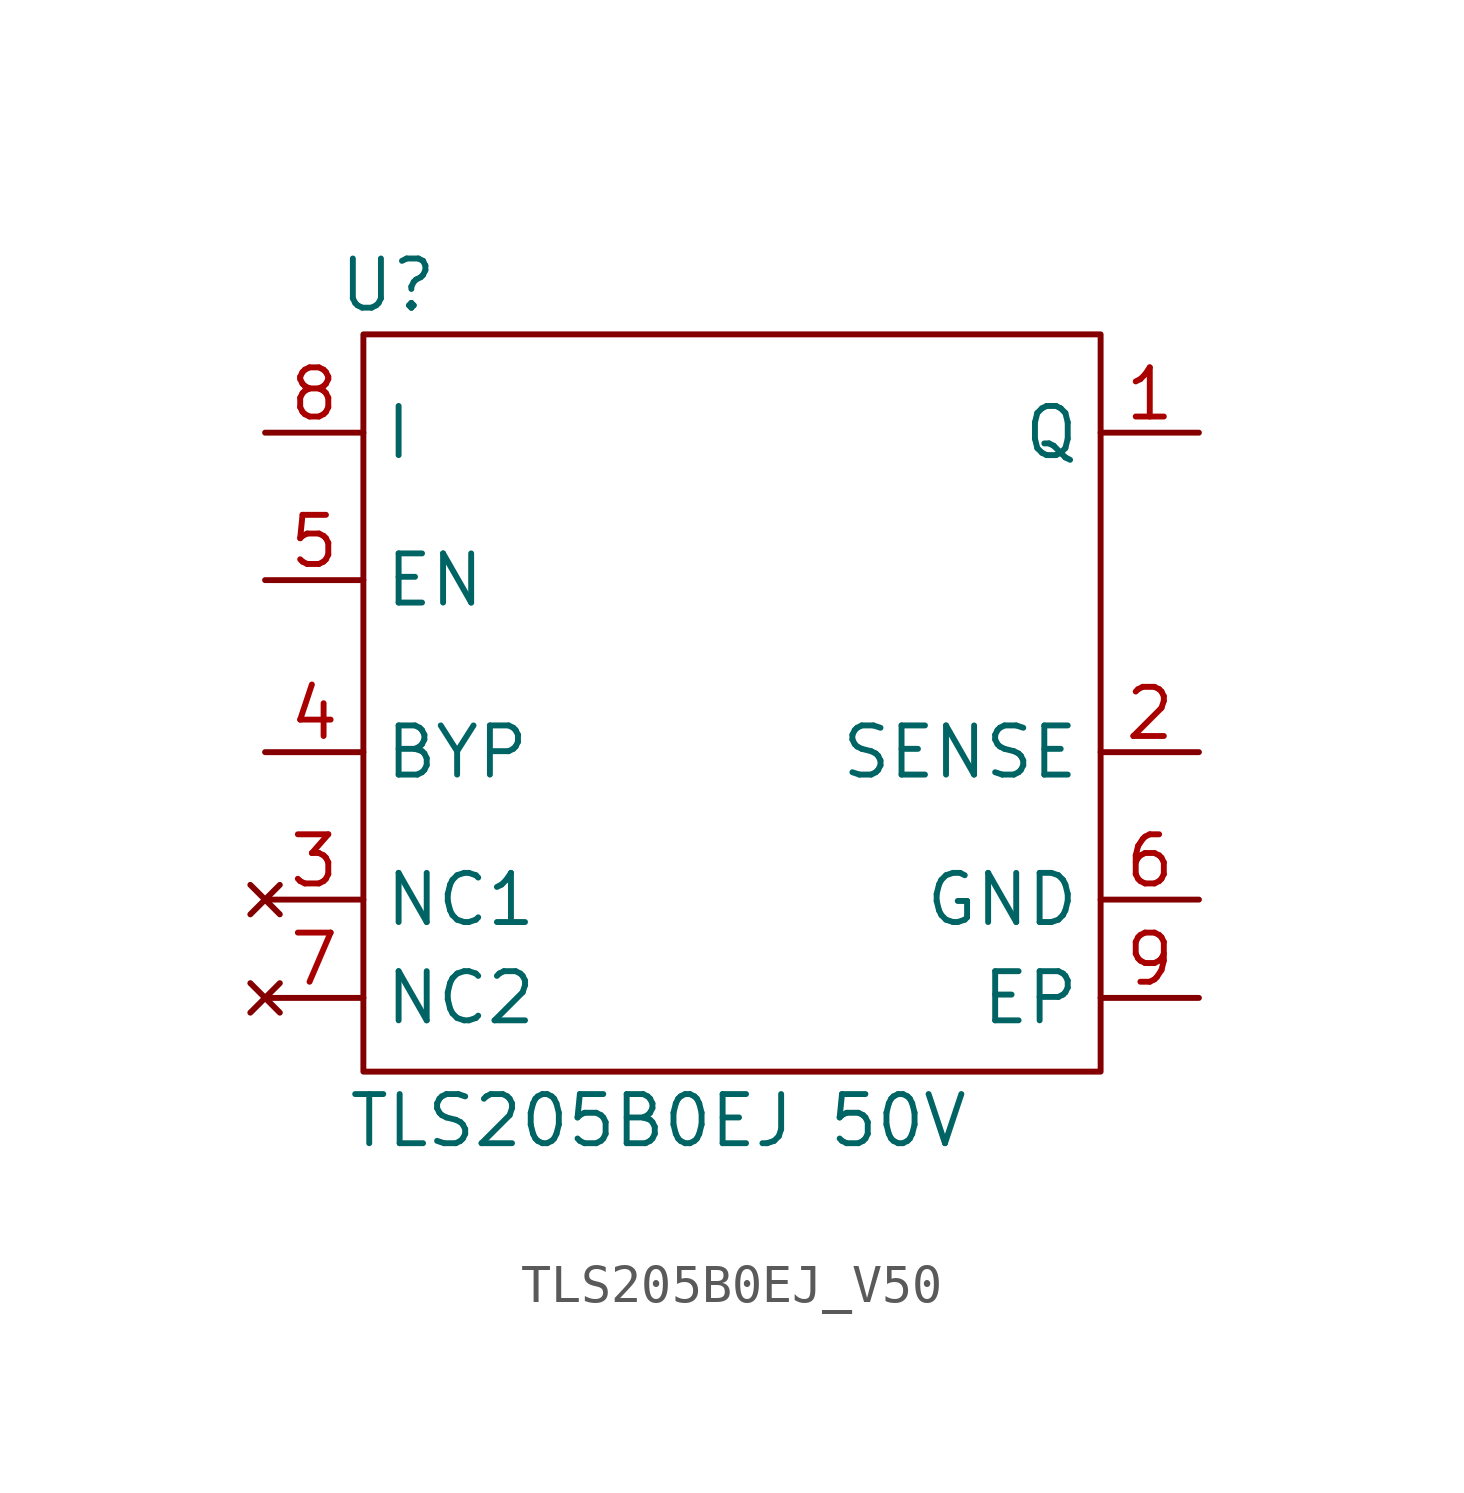
<source format=kicad_sym>
(kicad_symbol_lib
  (version 20220914)
  (generator kicad_symbol_editor)
  (symbol "TLS205B0EJ_V50"
    (property "Reference" "U"
      (at -9.525 11.43 0)
      (effects (font (size 1.27 1.27))))
    (property "Value" "TLS205B0EJ 50V"
      (at -2.54 -10.16 0)
      (effects (font (size 1.27 1.27))))
    (symbol "TLS205B0EJ_V50_0_1"
      (polyline (pts (xy -10.16 10.16) (xy 8.89 10.16) (xy 8.89 -8.89) (xy -10.16 -8.89) (xy -10.16 10.16)) (stroke (width 0) (type default)) (fill (type none))))
    (symbol "TLS205B0EJ_V50_1_1"
      (pin power_out line (at 11.43 7.62 180) (length 2.54) (name "Q" (effects (font (size 1.27 1.27)))) (number "1" (effects (font (size 1.27 1.27)))))
      (pin input line (at 11.43 -0.635 180) (length 2.54) (name "SENSE" (effects (font (size 1.27 1.27)))) (number "2" (effects (font (size 1.27 1.27)))))
      (pin no_connect line (at -12.7 -4.445 0) (length 2.54) (name "NC1" (effects (font (size 1.27 1.27)))) (number "3" (effects (font (size 1.27 1.27)))))
      (pin input line (at -12.7 -0.635 0) (length 2.54) (name "BYP" (effects (font (size 1.27 1.27)))) (number "4" (effects (font (size 1.27 1.27)))))
      (pin input line (at -12.7 3.81 0) (length 2.54) (name "EN" (effects (font (size 1.27 1.27)))) (number "5" (effects (font (size 1.27 1.27)))))
      (pin power_in line (at 11.43 -4.445 180) (length 2.54) (name "GND" (effects (font (size 1.27 1.27)))) (number "6" (effects (font (size 1.27 1.27)))))
      (pin no_connect line (at -12.7 -6.985 0) (length 2.54) (name "NC2" (effects (font (size 1.27 1.27)))) (number "7" (effects (font (size 1.27 1.27)))))
      (pin power_in line (at -12.7 7.62 0) (length 2.54) (name "I" (effects (font (size 1.27 1.27)))) (number "8" (effects (font (size 1.27 1.27)))))
      (pin power_in line (at 11.43 -6.985 180) (length 2.54) (name "EP" (effects (font (size 1.27 1.27)))) (number "9" (effects (font (size 1.27 1.27))))))))
</source>
